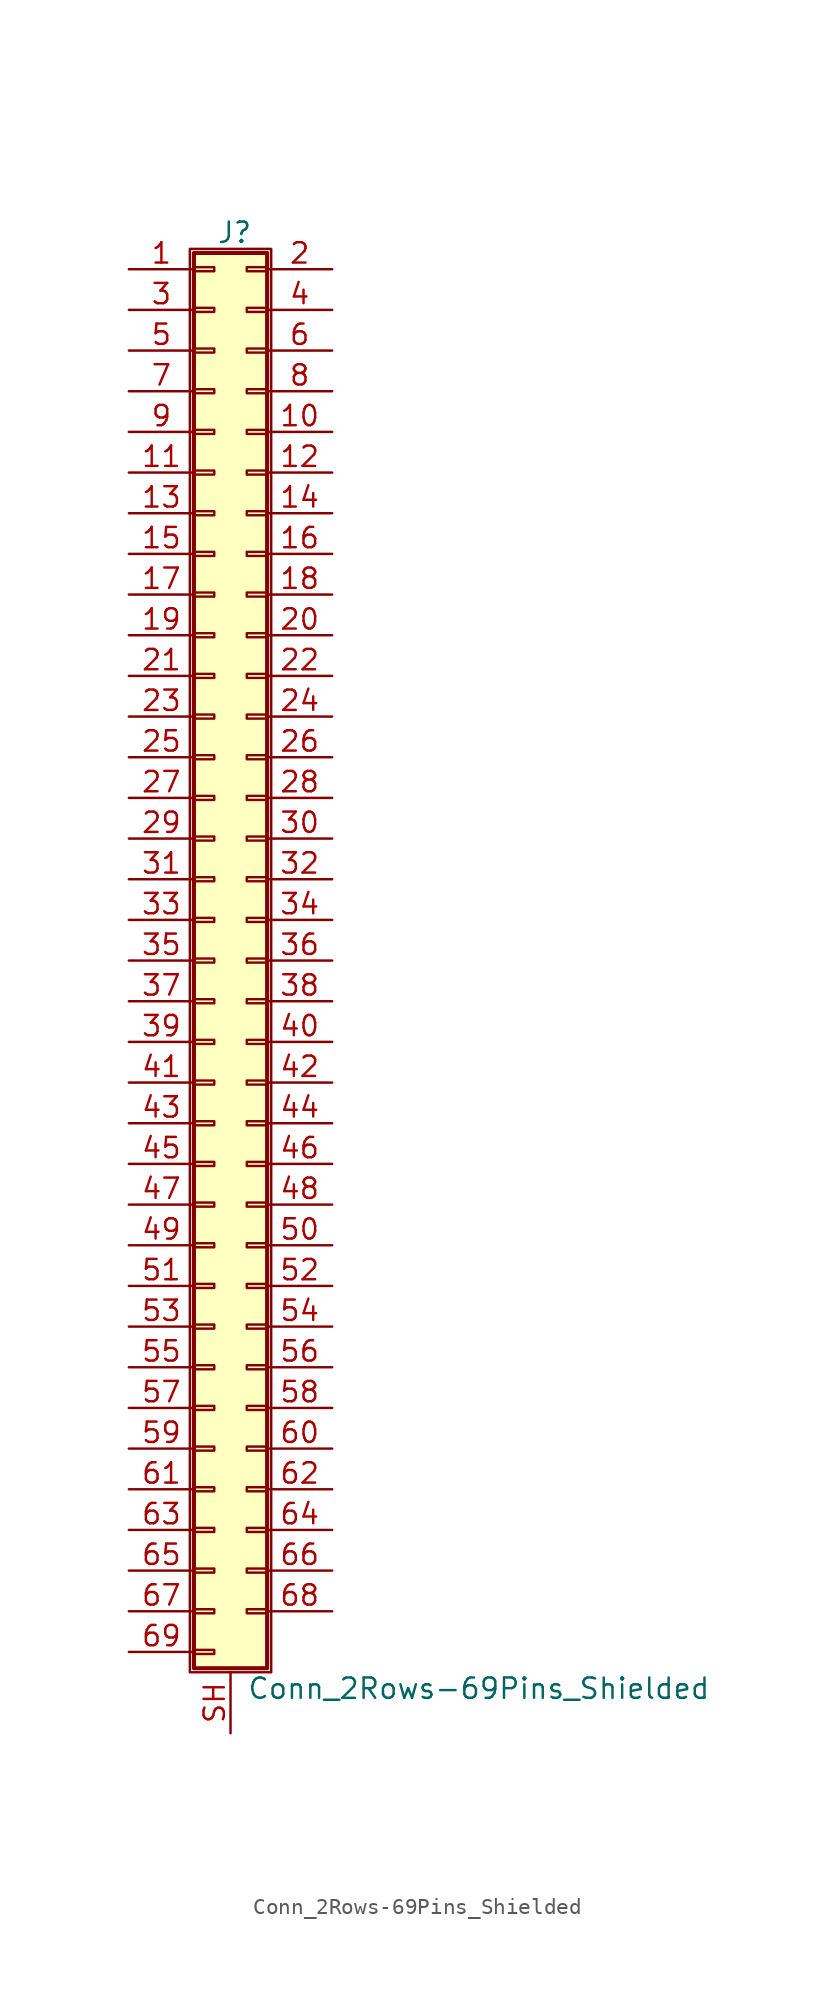
<source format=kicad_sym>
(kicad_symbol_lib
  (version 20201005)
  (generator kicad_symbol_editor)
  (symbol "Conn_2Rows-69Pins_Shielded"
    (pin_names
      (offset 1.016) hide)
    (property "Reference" "J"
      (at 1.524 45.466 0)
      (effects (font (size 1.27 1.27))))
    (property "Value" "Conn_2Rows-69Pins_Shielded"
      (at 2.286 -45.466 0)
      (effects (font (size 1.27 1.27)) (justify left)))
    (symbol "Conn_2Rows-69Pins_Shielded_1_1"
      (rectangle (start -1.27 44.45) (end 3.81 -44.45) (stroke (width 0.152)) (fill (type none)))
      (rectangle (start -1.016 -43.053) (end 0.254 -43.307) (stroke (width 0.152)) (fill (type none)))
      (rectangle (start -1.016 -40.513) (end 0.254 -40.767) (stroke (width 0.152)) (fill (type none)))
      (rectangle (start -1.016 -37.973) (end 0.254 -38.227) (stroke (width 0.152)) (fill (type none)))
      (rectangle (start -1.016 -35.433) (end 0.254 -35.687) (stroke (width 0.152)) (fill (type none)))
      (rectangle (start -1.016 -32.893) (end 0.254 -33.147) (stroke (width 0.152)) (fill (type none)))
      (rectangle (start -1.016 -30.353) (end 0.254 -30.607) (stroke (width 0.152)) (fill (type none)))
      (rectangle (start -1.016 -27.813) (end 0.254 -28.067) (stroke (width 0.152)) (fill (type none)))
      (rectangle (start -1.016 -25.273) (end 0.254 -25.527) (stroke (width 0.152)) (fill (type none)))
      (rectangle (start -1.016 -22.733) (end 0.254 -22.987) (stroke (width 0.152)) (fill (type none)))
      (rectangle (start -1.016 -20.193) (end 0.254 -20.447) (stroke (width 0.152)) (fill (type none)))
      (rectangle (start -1.016 -17.653) (end 0.254 -17.907) (stroke (width 0.152)) (fill (type none)))
      (rectangle (start -1.016 -15.113) (end 0.254 -15.367) (stroke (width 0.152)) (fill (type none)))
      (rectangle (start -1.016 -12.573) (end 0.254 -12.827) (stroke (width 0.152)) (fill (type none)))
      (rectangle (start -1.016 -10.033) (end 0.254 -10.287) (stroke (width 0.152)) (fill (type none)))
      (rectangle (start -1.016 -7.493) (end 0.254 -7.747) (stroke (width 0.152)) (fill (type none)))
      (rectangle (start -1.016 -4.953) (end 0.254 -5.207) (stroke (width 0.152)) (fill (type none)))
      (rectangle (start -1.016 -2.413) (end 0.254 -2.667) (stroke (width 0.152)) (fill (type none)))
      (rectangle (start -1.016 0.127) (end 0.254 -0.127) (stroke (width 0.152)) (fill (type none)))
      (rectangle (start -1.016 2.667) (end 0.254 2.413) (stroke (width 0.152)) (fill (type none)))
      (rectangle (start -1.016 5.207) (end 0.254 4.953) (stroke (width 0.152)) (fill (type none)))
      (rectangle (start -1.016 7.747) (end 0.254 7.493) (stroke (width 0.152)) (fill (type none)))
      (rectangle (start -1.016 10.287) (end 0.254 10.033) (stroke (width 0.152)) (fill (type none)))
      (rectangle (start -1.016 12.827) (end 0.254 12.573) (stroke (width 0.152)) (fill (type none)))
      (rectangle (start -1.016 15.367) (end 0.254 15.113) (stroke (width 0.152)) (fill (type none)))
      (rectangle (start -1.016 17.907) (end 0.254 17.653) (stroke (width 0.152)) (fill (type none)))
      (rectangle (start -1.016 20.447) (end 0.254 20.193) (stroke (width 0.152)) (fill (type none)))
      (rectangle (start -1.016 22.987) (end 0.254 22.733) (stroke (width 0.152)) (fill (type none)))
      (rectangle (start -1.016 25.527) (end 0.254 25.273) (stroke (width 0.152)) (fill (type none)))
      (rectangle (start -1.016 28.067) (end 0.254 27.813) (stroke (width 0.152)) (fill (type none)))
      (rectangle (start -1.016 30.607) (end 0.254 30.353) (stroke (width 0.152)) (fill (type none)))
      (rectangle (start -1.016 33.147) (end 0.254 32.893) (stroke (width 0.152)) (fill (type none)))
      (rectangle (start -1.016 35.687) (end 0.254 35.433) (stroke (width 0.152)) (fill (type none)))
      (rectangle (start -1.016 38.227) (end 0.254 37.973) (stroke (width 0.152)) (fill (type none)))
      (rectangle (start -1.016 40.767) (end 0.254 40.513) (stroke (width 0.152)) (fill (type none)))
      (rectangle (start -1.016 43.307) (end 0.254 43.053) (stroke (width 0.152)) (fill (type none)))
      (rectangle (start 3.556 -40.513) (end 2.286 -40.767) (stroke (width 0.152)) (fill (type none)))
      (rectangle (start 3.556 -37.973) (end 2.286 -38.227) (stroke (width 0.152)) (fill (type none)))
      (rectangle (start 3.556 -35.433) (end 2.286 -35.687) (stroke (width 0.152)) (fill (type none)))
      (rectangle (start 3.556 -32.893) (end 2.286 -33.147) (stroke (width 0.152)) (fill (type none)))
      (rectangle (start 3.556 -30.353) (end 2.286 -30.607) (stroke (width 0.152)) (fill (type none)))
      (rectangle (start 3.556 -27.813) (end 2.286 -28.067) (stroke (width 0.152)) (fill (type none)))
      (rectangle (start 3.556 -25.273) (end 2.286 -25.527) (stroke (width 0.152)) (fill (type none)))
      (rectangle (start 3.556 -22.733) (end 2.286 -22.987) (stroke (width 0.152)) (fill (type none)))
      (rectangle (start 3.556 -20.193) (end 2.286 -20.447) (stroke (width 0.152)) (fill (type none)))
      (rectangle (start 3.556 -17.653) (end 2.286 -17.907) (stroke (width 0.152)) (fill (type none)))
      (rectangle (start 3.556 -15.113) (end 2.286 -15.367) (stroke (width 0.152)) (fill (type none)))
      (rectangle (start 3.556 -12.573) (end 2.286 -12.827) (stroke (width 0.152)) (fill (type none)))
      (rectangle (start 3.556 -10.033) (end 2.286 -10.287) (stroke (width 0.152)) (fill (type none)))
      (rectangle (start 3.556 -7.493) (end 2.286 -7.747) (stroke (width 0.152)) (fill (type none)))
      (rectangle (start 3.556 -4.953) (end 2.286 -5.207) (stroke (width 0.152)) (fill (type none)))
      (rectangle (start 3.556 -2.413) (end 2.286 -2.667) (stroke (width 0.152)) (fill (type none)))
      (rectangle (start 3.556 0.127) (end 2.286 -0.127) (stroke (width 0.152)) (fill (type none)))
      (rectangle (start 3.556 2.667) (end 2.286 2.413) (stroke (width 0.152)) (fill (type none)))
      (rectangle (start 3.556 5.207) (end 2.286 4.953) (stroke (width 0.152)) (fill (type none)))
      (rectangle (start 3.556 7.747) (end 2.286 7.493) (stroke (width 0.152)) (fill (type none)))
      (rectangle (start 3.556 10.287) (end 2.286 10.033) (stroke (width 0.152)) (fill (type none)))
      (rectangle (start 3.556 12.827) (end 2.286 12.573) (stroke (width 0.152)) (fill (type none)))
      (rectangle (start 3.556 15.367) (end 2.286 15.113) (stroke (width 0.152)) (fill (type none)))
      (rectangle (start 3.556 17.907) (end 2.286 17.653) (stroke (width 0.152)) (fill (type none)))
      (rectangle (start 3.556 20.447) (end 2.286 20.193) (stroke (width 0.152)) (fill (type none)))
      (rectangle (start 3.556 22.987) (end 2.286 22.733) (stroke (width 0.152)) (fill (type none)))
      (rectangle (start 3.556 25.527) (end 2.286 25.273) (stroke (width 0.152)) (fill (type none)))
      (rectangle (start 3.556 28.067) (end 2.286 27.813) (stroke (width 0.152)) (fill (type none)))
      (rectangle (start 3.556 30.607) (end 2.286 30.353) (stroke (width 0.152)) (fill (type none)))
      (rectangle (start 3.556 33.147) (end 2.286 32.893) (stroke (width 0.152)) (fill (type none)))
      (rectangle (start 3.556 35.687) (end 2.286 35.433) (stroke (width 0.152)) (fill (type none)))
      (rectangle (start 3.556 38.227) (end 2.286 37.973) (stroke (width 0.152)) (fill (type none)))
      (rectangle (start 3.556 40.767) (end 2.286 40.513) (stroke (width 0.152)) (fill (type none)))
      (rectangle (start 3.556 43.307) (end 2.286 43.053) (stroke (width 0.152)) (fill (type none)))
      (rectangle (start -1.016 44.196) (end 3.556 -44.196) (stroke (width 0.254)) (fill (type background)))
      (pin passive line (at -5.08 43.18 0) (length 4.064) (name "Pin_1" (effects (font (size 1.27 1.27)))) (number "1" (effects (font (size 1.27 1.27)))))
      (pin passive line (at 7.62 33.02 180) (length 4.064) (name "Pin_10" (effects (font (size 1.27 1.27)))) (number "10" (effects (font (size 1.27 1.27)))))
      (pin passive line (at -5.08 30.48 0) (length 4.064) (name "Pin_11" (effects (font (size 1.27 1.27)))) (number "11" (effects (font (size 1.27 1.27)))))
      (pin passive line (at 7.62 30.48 180) (length 4.064) (name "Pin_12" (effects (font (size 1.27 1.27)))) (number "12" (effects (font (size 1.27 1.27)))))
      (pin passive line (at -5.08 27.94 0) (length 4.064) (name "Pin_13" (effects (font (size 1.27 1.27)))) (number "13" (effects (font (size 1.27 1.27)))))
      (pin passive line (at 7.62 27.94 180) (length 4.064) (name "Pin_14" (effects (font (size 1.27 1.27)))) (number "14" (effects (font (size 1.27 1.27)))))
      (pin passive line (at -5.08 25.4 0) (length 4.064) (name "Pin_15" (effects (font (size 1.27 1.27)))) (number "15" (effects (font (size 1.27 1.27)))))
      (pin passive line (at 7.62 25.4 180) (length 4.064) (name "Pin_16" (effects (font (size 1.27 1.27)))) (number "16" (effects (font (size 1.27 1.27)))))
      (pin passive line (at -5.08 22.86 0) (length 4.064) (name "Pin_17" (effects (font (size 1.27 1.27)))) (number "17" (effects (font (size 1.27 1.27)))))
      (pin passive line (at 7.62 22.86 180) (length 4.064) (name "Pin_18" (effects (font (size 1.27 1.27)))) (number "18" (effects (font (size 1.27 1.27)))))
      (pin passive line (at -5.08 20.32 0) (length 4.064) (name "Pin_19" (effects (font (size 1.27 1.27)))) (number "19" (effects (font (size 1.27 1.27)))))
      (pin passive line (at 7.62 43.18 180) (length 4.064) (name "Pin_2" (effects (font (size 1.27 1.27)))) (number "2" (effects (font (size 1.27 1.27)))))
      (pin passive line (at 7.62 20.32 180) (length 4.064) (name "Pin_20" (effects (font (size 1.27 1.27)))) (number "20" (effects (font (size 1.27 1.27)))))
      (pin passive line (at -5.08 17.78 0) (length 4.064) (name "Pin_21" (effects (font (size 1.27 1.27)))) (number "21" (effects (font (size 1.27 1.27)))))
      (pin passive line (at 7.62 17.78 180) (length 4.064) (name "Pin_22" (effects (font (size 1.27 1.27)))) (number "22" (effects (font (size 1.27 1.27)))))
      (pin passive line (at -5.08 15.24 0) (length 4.064) (name "Pin_23" (effects (font (size 1.27 1.27)))) (number "23" (effects (font (size 1.27 1.27)))))
      (pin passive line (at 7.62 15.24 180) (length 4.064) (name "Pin_24" (effects (font (size 1.27 1.27)))) (number "24" (effects (font (size 1.27 1.27)))))
      (pin passive line (at -5.08 12.7 0) (length 4.064) (name "Pin_25" (effects (font (size 1.27 1.27)))) (number "25" (effects (font (size 1.27 1.27)))))
      (pin passive line (at 7.62 12.7 180) (length 4.064) (name "Pin_26" (effects (font (size 1.27 1.27)))) (number "26" (effects (font (size 1.27 1.27)))))
      (pin passive line (at -5.08 10.16 0) (length 4.064) (name "Pin_27" (effects (font (size 1.27 1.27)))) (number "27" (effects (font (size 1.27 1.27)))))
      (pin passive line (at 7.62 10.16 180) (length 4.064) (name "Pin_28" (effects (font (size 1.27 1.27)))) (number "28" (effects (font (size 1.27 1.27)))))
      (pin passive line (at -5.08 7.62 0) (length 4.064) (name "Pin_29" (effects (font (size 1.27 1.27)))) (number "29" (effects (font (size 1.27 1.27)))))
      (pin passive line (at -5.08 40.64 0) (length 4.064) (name "Pin_3" (effects (font (size 1.27 1.27)))) (number "3" (effects (font (size 1.27 1.27)))))
      (pin passive line (at 7.62 7.62 180) (length 4.064) (name "Pin_30" (effects (font (size 1.27 1.27)))) (number "30" (effects (font (size 1.27 1.27)))))
      (pin passive line (at -5.08 5.08 0) (length 4.064) (name "Pin_31" (effects (font (size 1.27 1.27)))) (number "31" (effects (font (size 1.27 1.27)))))
      (pin passive line (at 7.62 5.08 180) (length 4.064) (name "Pin_32" (effects (font (size 1.27 1.27)))) (number "32" (effects (font (size 1.27 1.27)))))
      (pin passive line (at -5.08 2.54 0) (length 4.064) (name "Pin_33" (effects (font (size 1.27 1.27)))) (number "33" (effects (font (size 1.27 1.27)))))
      (pin passive line (at 7.62 2.54 180) (length 4.064) (name "Pin_34" (effects (font (size 1.27 1.27)))) (number "34" (effects (font (size 1.27 1.27)))))
      (pin passive line (at -5.08 0 0) (length 4.064) (name "Pin_35" (effects (font (size 1.27 1.27)))) (number "35" (effects (font (size 1.27 1.27)))))
      (pin passive line (at 7.62 0 180) (length 4.064) (name "Pin_36" (effects (font (size 1.27 1.27)))) (number "36" (effects (font (size 1.27 1.27)))))
      (pin passive line (at -5.08 -2.54 0) (length 4.064) (name "Pin_37" (effects (font (size 1.27 1.27)))) (number "37" (effects (font (size 1.27 1.27)))))
      (pin passive line (at 7.62 -2.54 180) (length 4.064) (name "Pin_38" (effects (font (size 1.27 1.27)))) (number "38" (effects (font (size 1.27 1.27)))))
      (pin passive line (at -5.08 -5.08 0) (length 4.064) (name "Pin_39" (effects (font (size 1.27 1.27)))) (number "39" (effects (font (size 1.27 1.27)))))
      (pin passive line (at 7.62 40.64 180) (length 4.064) (name "Pin_4" (effects (font (size 1.27 1.27)))) (number "4" (effects (font (size 1.27 1.27)))))
      (pin passive line (at 7.62 -5.08 180) (length 4.064) (name "Pin_40" (effects (font (size 1.27 1.27)))) (number "40" (effects (font (size 1.27 1.27)))))
      (pin passive line (at -5.08 -7.62 0) (length 4.064) (name "Pin_41" (effects (font (size 1.27 1.27)))) (number "41" (effects (font (size 1.27 1.27)))))
      (pin passive line (at 7.62 -7.62 180) (length 4.064) (name "Pin_42" (effects (font (size 1.27 1.27)))) (number "42" (effects (font (size 1.27 1.27)))))
      (pin passive line (at -5.08 -10.16 0) (length 4.064) (name "Pin_43" (effects (font (size 1.27 1.27)))) (number "43" (effects (font (size 1.27 1.27)))))
      (pin passive line (at 7.62 -10.16 180) (length 4.064) (name "Pin_44" (effects (font (size 1.27 1.27)))) (number "44" (effects (font (size 1.27 1.27)))))
      (pin passive line (at -5.08 -12.7 0) (length 4.064) (name "Pin_45" (effects (font (size 1.27 1.27)))) (number "45" (effects (font (size 1.27 1.27)))))
      (pin passive line (at 7.62 -12.7 180) (length 4.064) (name "Pin_46" (effects (font (size 1.27 1.27)))) (number "46" (effects (font (size 1.27 1.27)))))
      (pin passive line (at -5.08 -15.24 0) (length 4.064) (name "Pin_47" (effects (font (size 1.27 1.27)))) (number "47" (effects (font (size 1.27 1.27)))))
      (pin passive line (at 7.62 -15.24 180) (length 4.064) (name "Pin_48" (effects (font (size 1.27 1.27)))) (number "48" (effects (font (size 1.27 1.27)))))
      (pin passive line (at -5.08 -17.78 0) (length 4.064) (name "Pin_49" (effects (font (size 1.27 1.27)))) (number "49" (effects (font (size 1.27 1.27)))))
      (pin passive line (at -5.08 38.1 0) (length 4.064) (name "Pin_5" (effects (font (size 1.27 1.27)))) (number "5" (effects (font (size 1.27 1.27)))))
      (pin passive line (at 7.62 -17.78 180) (length 4.064) (name "Pin_50" (effects (font (size 1.27 1.27)))) (number "50" (effects (font (size 1.27 1.27)))))
      (pin passive line (at -5.08 -20.32 0) (length 4.064) (name "Pin_51" (effects (font (size 1.27 1.27)))) (number "51" (effects (font (size 1.27 1.27)))))
      (pin passive line (at 7.62 -20.32 180) (length 4.064) (name "Pin_52" (effects (font (size 1.27 1.27)))) (number "52" (effects (font (size 1.27 1.27)))))
      (pin passive line (at -5.08 -22.86 0) (length 4.064) (name "Pin_53" (effects (font (size 1.27 1.27)))) (number "53" (effects (font (size 1.27 1.27)))))
      (pin passive line (at 7.62 -22.86 180) (length 4.064) (name "Pin_54" (effects (font (size 1.27 1.27)))) (number "54" (effects (font (size 1.27 1.27)))))
      (pin passive line (at -5.08 -25.4 0) (length 4.064) (name "Pin_55" (effects (font (size 1.27 1.27)))) (number "55" (effects (font (size 1.27 1.27)))))
      (pin passive line (at 7.62 -25.4 180) (length 4.064) (name "Pin_56" (effects (font (size 1.27 1.27)))) (number "56" (effects (font (size 1.27 1.27)))))
      (pin passive line (at -5.08 -27.94 0) (length 4.064) (name "Pin_57" (effects (font (size 1.27 1.27)))) (number "57" (effects (font (size 1.27 1.27)))))
      (pin passive line (at 7.62 -27.94 180) (length 4.064) (name "Pin_58" (effects (font (size 1.27 1.27)))) (number "58" (effects (font (size 1.27 1.27)))))
      (pin passive line (at -5.08 -30.48 0) (length 4.064) (name "Pin_59" (effects (font (size 1.27 1.27)))) (number "59" (effects (font (size 1.27 1.27)))))
      (pin passive line (at 7.62 38.1 180) (length 4.064) (name "Pin_6" (effects (font (size 1.27 1.27)))) (number "6" (effects (font (size 1.27 1.27)))))
      (pin passive line (at 7.62 -30.48 180) (length 4.064) (name "Pin_60" (effects (font (size 1.27 1.27)))) (number "60" (effects (font (size 1.27 1.27)))))
      (pin passive line (at -5.08 -33.02 0) (length 4.064) (name "Pin_61" (effects (font (size 1.27 1.27)))) (number "61" (effects (font (size 1.27 1.27)))))
      (pin passive line (at 7.62 -33.02 180) (length 4.064) (name "Pin_62" (effects (font (size 1.27 1.27)))) (number "62" (effects (font (size 1.27 1.27)))))
      (pin passive line (at -5.08 -35.56 0) (length 4.064) (name "Pin_63" (effects (font (size 1.27 1.27)))) (number "63" (effects (font (size 1.27 1.27)))))
      (pin passive line (at 7.62 -35.56 180) (length 4.064) (name "Pin_64" (effects (font (size 1.27 1.27)))) (number "64" (effects (font (size 1.27 1.27)))))
      (pin passive line (at -5.08 -38.1 0) (length 4.064) (name "Pin_65" (effects (font (size 1.27 1.27)))) (number "65" (effects (font (size 1.27 1.27)))))
      (pin passive line (at 7.62 -38.1 180) (length 4.064) (name "Pin_66" (effects (font (size 1.27 1.27)))) (number "66" (effects (font (size 1.27 1.27)))))
      (pin passive line (at -5.08 -40.64 0) (length 4.064) (name "Pin_67" (effects (font (size 1.27 1.27)))) (number "67" (effects (font (size 1.27 1.27)))))
      (pin passive line (at 7.62 -40.64 180) (length 4.064) (name "Pin_68" (effects (font (size 1.27 1.27)))) (number "68" (effects (font (size 1.27 1.27)))))
      (pin passive line (at -5.08 -43.18 0) (length 4.064) (name "Pin_69" (effects (font (size 1.27 1.27)))) (number "69" (effects (font (size 1.27 1.27)))))
      (pin passive line (at -5.08 35.56 0) (length 4.064) (name "Pin_7" (effects (font (size 1.27 1.27)))) (number "7" (effects (font (size 1.27 1.27)))))
      (pin passive line (at 7.62 35.56 180) (length 4.064) (name "Pin_8" (effects (font (size 1.27 1.27)))) (number "8" (effects (font (size 1.27 1.27)))))
      (pin passive line (at -5.08 33.02 0) (length 4.064) (name "Pin_9" (effects (font (size 1.27 1.27)))) (number "9" (effects (font (size 1.27 1.27)))))
      (pin passive line (at 1.27 -48.26 90) (length 3.81) (name "Shield" (effects (font (size 1.27 1.27)))) (number "SH" (effects (font (size 1.27 1.27))))))))
</source>
